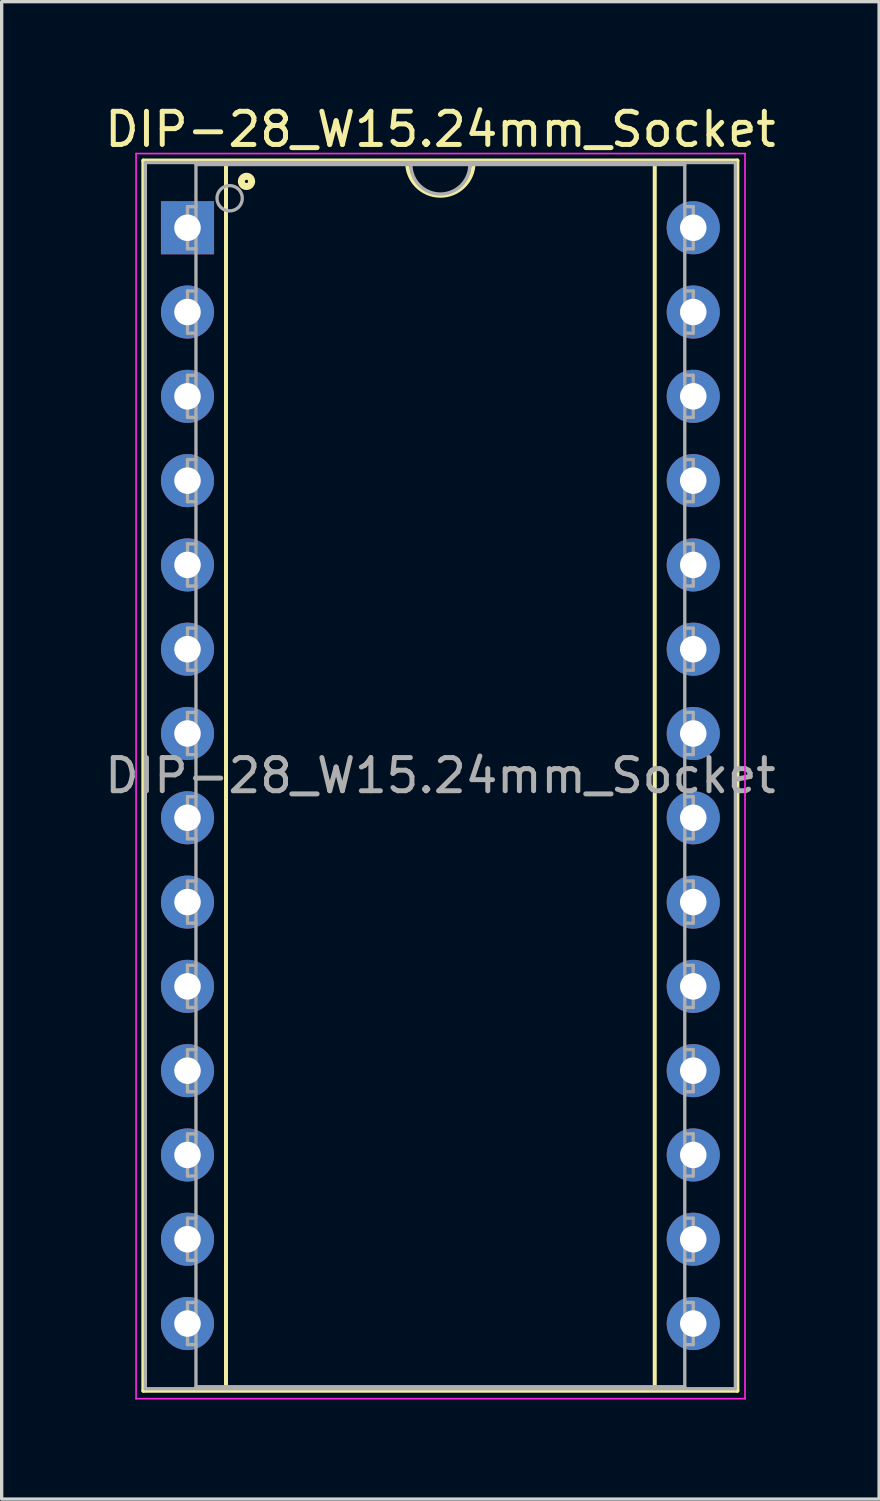
<source format=kicad_pcb>
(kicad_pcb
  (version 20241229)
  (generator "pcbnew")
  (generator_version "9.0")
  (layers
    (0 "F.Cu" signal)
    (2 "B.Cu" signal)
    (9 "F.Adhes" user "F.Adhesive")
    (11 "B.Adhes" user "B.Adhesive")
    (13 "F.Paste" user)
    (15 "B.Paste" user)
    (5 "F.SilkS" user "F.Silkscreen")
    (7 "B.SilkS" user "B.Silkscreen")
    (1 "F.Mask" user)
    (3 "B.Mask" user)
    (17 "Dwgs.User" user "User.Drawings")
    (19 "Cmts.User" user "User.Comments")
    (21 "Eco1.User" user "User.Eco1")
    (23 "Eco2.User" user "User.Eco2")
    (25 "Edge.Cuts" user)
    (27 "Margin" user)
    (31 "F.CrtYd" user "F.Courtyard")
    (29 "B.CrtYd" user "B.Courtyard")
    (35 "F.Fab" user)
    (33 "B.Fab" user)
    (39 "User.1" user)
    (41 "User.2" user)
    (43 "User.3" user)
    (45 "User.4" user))
  (footprint "DIP-28_W15.24mm_Socket"
    (layer "F.Cu")
    (at 2.6 3.813)
    (property "Reference" "DIP-28_W15.24mm_Socket" (at 7.62 -2.965 0) (layer "F.SilkS") (effects (font (size 1 1) (thickness 0.15))))
    (attr through_hole)
    (fp_line (start -1.33 -2.025) (end -1.33 35.045) (stroke (width 0.12) (type solid)) (layer "F.SilkS"))
    (fp_line (start -1.33 35.045) (end 16.57 35.045) (stroke (width 0.12) (type solid)) (layer "F.SilkS"))
    (fp_line (start 1.16 -1.965) (end 1.16 34.985) (stroke (width 0.12) (type solid)) (layer "F.SilkS"))
    (fp_line (start 1.16 34.985) (end 14.08 34.985) (stroke (width 0.12) (type solid)) (layer "F.SilkS"))
    (fp_line (start 6.62 -1.965) (end 1.16 -1.965) (stroke (width 0.12) (type solid)) (layer "F.SilkS"))
    (fp_line (start 14.08 -1.965) (end 8.62 -1.965) (stroke (width 0.12) (type solid)) (layer "F.SilkS"))
    (fp_line (start 14.08 34.985) (end 14.08 -1.965) (stroke (width 0.12) (type solid)) (layer "F.SilkS"))
    (fp_line (start 16.57 -2.025) (end -1.33 -2.025) (stroke (width 0.12) (type solid)) (layer "F.SilkS"))
    (fp_line (start 16.57 35.045) (end 16.57 -2.025) (stroke (width 0.12) (type solid)) (layer "F.SilkS"))
    (fp_arc (start 8.62 -1.965) (mid 7.62 -0.965) (end 6.62 -1.965) (stroke (width 0.12) (type solid)) (layer "F.SilkS"))
    (fp_circle (center 1.778 -1.397) (end 1.828 -1.397) (stroke (width 0.12) (type solid)) (fill no) (layer "F.SilkS"))
    (fp_circle (center 1.778 -1.397) (end 1.903 -1.397) (stroke (width 0.12) (type solid)) (fill no) (layer "F.SilkS"))
    (fp_circle (center 1.778 -1.397) (end 1.978 -1.397) (stroke (width 0.12) (type solid)) (fill no) (layer "F.SilkS"))
    (fp_line (start -1.55 -2.235) (end -1.55 35.285) (stroke (width 0.05) (type solid)) (layer "F.CrtYd"))
    (fp_line (start -1.55 35.285) (end 16.8 35.285) (stroke (width 0.05) (type solid)) (layer "F.CrtYd"))
    (fp_line (start 16.8 -2.235) (end -1.55 -2.235) (stroke (width 0.05) (type solid)) (layer "F.CrtYd"))
    (fp_line (start 16.8 35.285) (end 16.8 -2.235) (stroke (width 0.05) (type solid)) (layer "F.CrtYd"))
    (fp_line (start -1.27 -1.965) (end -1.27 34.985) (stroke (width 0.1) (type solid)) (layer "F.Fab"))
    (fp_line (start -1.27 34.985) (end 16.51 34.985) (stroke (width 0.1) (type solid)) (layer "F.Fab"))
    (fp_line (start 0 -0.635) (end 0 0.635) (stroke (width 0.1) (type solid)) (layer "F.Fab"))
    (fp_line (start 0 -0.635) (end 0.254 -0.635) (stroke (width 0.1) (type solid)) (layer "F.Fab"))
    (fp_line (start 0 0.635) (end 0.254 0.635) (stroke (width 0.1) (type solid)) (layer "F.Fab"))
    (fp_line (start 0 1.905) (end 0 3.175) (stroke (width 0.1) (type solid)) (layer "F.Fab"))
    (fp_line (start 0 1.905) (end 0.254 1.905) (stroke (width 0.1) (type solid)) (layer "F.Fab"))
    (fp_line (start 0 3.175) (end 0.254 3.175) (stroke (width 0.1) (type solid)) (layer "F.Fab"))
    (fp_line (start 0 4.445) (end 0 5.715) (stroke (width 0.1) (type solid)) (layer "F.Fab"))
    (fp_line (start 0 4.445) (end 0.254 4.445) (stroke (width 0.1) (type solid)) (layer "F.Fab"))
    (fp_line (start 0 5.715) (end 0.254 5.715) (stroke (width 0.1) (type solid)) (layer "F.Fab"))
    (fp_line (start 0 6.985) (end 0 8.255) (stroke (width 0.1) (type solid)) (layer "F.Fab"))
    (fp_line (start 0 6.985) (end 0.254 6.985) (stroke (width 0.1) (type solid)) (layer "F.Fab"))
    (fp_line (start 0 8.255) (end 0.254 8.255) (stroke (width 0.1) (type solid)) (layer "F.Fab"))
    (fp_line (start 0 9.525) (end 0 10.795) (stroke (width 0.1) (type solid)) (layer "F.Fab"))
    (fp_line (start 0 9.525) (end 0.254 9.525) (stroke (width 0.1) (type solid)) (layer "F.Fab"))
    (fp_line (start 0 10.795) (end 0.254 10.795) (stroke (width 0.1) (type solid)) (layer "F.Fab"))
    (fp_line (start 0 12.065) (end 0 13.335) (stroke (width 0.1) (type solid)) (layer "F.Fab"))
    (fp_line (start 0 12.065) (end 0.254 12.065) (stroke (width 0.1) (type solid)) (layer "F.Fab"))
    (fp_line (start 0 13.335) (end 0.254 13.335) (stroke (width 0.1) (type solid)) (layer "F.Fab"))
    (fp_line (start 0 14.605) (end 0 15.875) (stroke (width 0.1) (type solid)) (layer "F.Fab"))
    (fp_line (start 0 14.605) (end 0.254 14.605) (stroke (width 0.1) (type solid)) (layer "F.Fab"))
    (fp_line (start 0 15.875) (end 0.254 15.875) (stroke (width 0.1) (type solid)) (layer "F.Fab"))
    (fp_line (start 0 17.145) (end 0 18.415) (stroke (width 0.1) (type solid)) (layer "F.Fab"))
    (fp_line (start 0 17.145) (end 0.254 17.145) (stroke (width 0.1) (type solid)) (layer "F.Fab"))
    (fp_line (start 0 18.415) (end 0.254 18.415) (stroke (width 0.1) (type solid)) (layer "F.Fab"))
    (fp_line (start 0 19.685) (end 0 20.955) (stroke (width 0.1) (type solid)) (layer "F.Fab"))
    (fp_line (start 0 19.685) (end 0.254 19.685) (stroke (width 0.1) (type solid)) (layer "F.Fab"))
    (fp_line (start 0 20.955) (end 0.254 20.955) (stroke (width 0.1) (type solid)) (layer "F.Fab"))
    (fp_line (start 0 22.225) (end 0 23.495) (stroke (width 0.1) (type solid)) (layer "F.Fab"))
    (fp_line (start 0 22.225) (end 0.254 22.225) (stroke (width 0.1) (type solid)) (layer "F.Fab"))
    (fp_line (start 0 23.495) (end 0.254 23.495) (stroke (width 0.1) (type solid)) (layer "F.Fab"))
    (fp_line (start 0 24.765) (end 0 26.035) (stroke (width 0.1) (type solid)) (layer "F.Fab"))
    (fp_line (start 0 24.765) (end 0.254 24.765) (stroke (width 0.1) (type solid)) (layer "F.Fab"))
    (fp_line (start 0 26.035) (end 0.254 26.035) (stroke (width 0.1) (type solid)) (layer "F.Fab"))
    (fp_line (start 0 27.305) (end 0 28.575) (stroke (width 0.1) (type solid)) (layer "F.Fab"))
    (fp_line (start 0 27.305) (end 0.254 27.305) (stroke (width 0.1) (type solid)) (layer "F.Fab"))
    (fp_line (start 0 28.575) (end 0.254 28.575) (stroke (width 0.1) (type solid)) (layer "F.Fab"))
    (fp_line (start 0 29.845) (end 0 31.115) (stroke (width 0.1) (type solid)) (layer "F.Fab"))
    (fp_line (start 0 29.845) (end 0.254 29.845) (stroke (width 0.1) (type solid)) (layer "F.Fab"))
    (fp_line (start 0 31.115) (end 0.254 31.115) (stroke (width 0.1) (type solid)) (layer "F.Fab"))
    (fp_line (start 0 32.385) (end 0 33.655) (stroke (width 0.1) (type solid)) (layer "F.Fab"))
    (fp_line (start 0 32.385) (end 0.254 32.385) (stroke (width 0.1) (type solid)) (layer "F.Fab"))
    (fp_line (start 0 33.655) (end 0.254 33.655) (stroke (width 0.1) (type solid)) (layer "F.Fab"))
    (fp_line (start 0.255 -1.905) (end 14.985 -1.905) (stroke (width 0.1) (type solid)) (layer "F.Fab"))
    (fp_line (start 0.255 34.925) (end 0.255 -1.905) (stroke (width 0.1) (type solid)) (layer "F.Fab"))
    (fp_line (start 14.985 -1.905) (end 14.985 34.925) (stroke (width 0.1) (type solid)) (layer "F.Fab"))
    (fp_line (start 14.985 34.925) (end 0.255 34.925) (stroke (width 0.1) (type solid)) (layer "F.Fab"))
    (fp_line (start 15.24 -0.635) (end 14.986 -0.635) (stroke (width 0.1) (type solid)) (layer "F.Fab"))
    (fp_line (start 15.24 0.635) (end 14.986 0.635) (stroke (width 0.1) (type solid)) (layer "F.Fab"))
    (fp_line (start 15.24 0.635) (end 15.24 -0.635) (stroke (width 0.1) (type solid)) (layer "F.Fab"))
    (fp_line (start 15.24 1.905) (end 14.986 1.905) (stroke (width 0.1) (type solid)) (layer "F.Fab"))
    (fp_line (start 15.24 3.175) (end 14.986 3.175) (stroke (width 0.1) (type solid)) (layer "F.Fab"))
    (fp_line (start 15.24 3.175) (end 15.24 1.905) (stroke (width 0.1) (type solid)) (layer "F.Fab"))
    (fp_line (start 15.24 4.445) (end 14.986 4.445) (stroke (width 0.1) (type solid)) (layer "F.Fab"))
    (fp_line (start 15.24 5.715) (end 14.986 5.715) (stroke (width 0.1) (type solid)) (layer "F.Fab"))
    (fp_line (start 15.24 5.715) (end 15.24 4.445) (stroke (width 0.1) (type solid)) (layer "F.Fab"))
    (fp_line (start 15.24 6.985) (end 14.986 6.985) (stroke (width 0.1) (type solid)) (layer "F.Fab"))
    (fp_line (start 15.24 8.255) (end 14.986 8.255) (stroke (width 0.1) (type solid)) (layer "F.Fab"))
    (fp_line (start 15.24 8.255) (end 15.24 6.985) (stroke (width 0.1) (type solid)) (layer "F.Fab"))
    (fp_line (start 15.24 9.525) (end 14.986 9.525) (stroke (width 0.1) (type solid)) (layer "F.Fab"))
    (fp_line (start 15.24 10.795) (end 14.986 10.795) (stroke (width 0.1) (type solid)) (layer "F.Fab"))
    (fp_line (start 15.24 10.795) (end 15.24 9.525) (stroke (width 0.1) (type solid)) (layer "F.Fab"))
    (fp_line (start 15.24 12.065) (end 14.986 12.065) (stroke (width 0.1) (type solid)) (layer "F.Fab"))
    (fp_line (start 15.24 13.335) (end 14.986 13.335) (stroke (width 0.1) (type solid)) (layer "F.Fab"))
    (fp_line (start 15.24 13.335) (end 15.24 12.065) (stroke (width 0.1) (type solid)) (layer "F.Fab"))
    (fp_line (start 15.24 14.605) (end 14.986 14.605) (stroke (width 0.1) (type solid)) (layer "F.Fab"))
    (fp_line (start 15.24 15.875) (end 14.986 15.875) (stroke (width 0.1) (type solid)) (layer "F.Fab"))
    (fp_line (start 15.24 15.875) (end 15.24 14.605) (stroke (width 0.1) (type solid)) (layer "F.Fab"))
    (fp_line (start 15.24 17.145) (end 14.986 17.145) (stroke (width 0.1) (type solid)) (layer "F.Fab"))
    (fp_line (start 15.24 18.415) (end 14.986 18.415) (stroke (width 0.1) (type solid)) (layer "F.Fab"))
    (fp_line (start 15.24 18.415) (end 15.24 17.145) (stroke (width 0.1) (type solid)) (layer "F.Fab"))
    (fp_line (start 15.24 19.685) (end 14.986 19.685) (stroke (width 0.1) (type solid)) (layer "F.Fab"))
    (fp_line (start 15.24 20.955) (end 14.986 20.955) (stroke (width 0.1) (type solid)) (layer "F.Fab"))
    (fp_line (start 15.24 20.955) (end 15.24 19.685) (stroke (width 0.1) (type solid)) (layer "F.Fab"))
    (fp_line (start 15.24 22.225) (end 14.986 22.225) (stroke (width 0.1) (type solid)) (layer "F.Fab"))
    (fp_line (start 15.24 23.495) (end 14.986 23.495) (stroke (width 0.1) (type solid)) (layer "F.Fab"))
    (fp_line (start 15.24 23.495) (end 15.24 22.225) (stroke (width 0.1) (type solid)) (layer "F.Fab"))
    (fp_line (start 15.24 24.765) (end 14.986 24.765) (stroke (width 0.1) (type solid)) (layer "F.Fab"))
    (fp_line (start 15.24 26.035) (end 14.986 26.035) (stroke (width 0.1) (type solid)) (layer "F.Fab"))
    (fp_line (start 15.24 26.035) (end 15.24 24.765) (stroke (width 0.1) (type solid)) (layer "F.Fab"))
    (fp_line (start 15.24 27.305) (end 14.986 27.305) (stroke (width 0.1) (type solid)) (layer "F.Fab"))
    (fp_line (start 15.24 28.575) (end 14.986 28.575) (stroke (width 0.1) (type solid)) (layer "F.Fab"))
    (fp_line (start 15.24 28.575) (end 15.24 27.305) (stroke (width 0.1) (type solid)) (layer "F.Fab"))
    (fp_line (start 15.24 29.845) (end 14.986 29.845) (stroke (width 0.1) (type solid)) (layer "F.Fab"))
    (fp_line (start 15.24 31.115) (end 14.986 31.115) (stroke (width 0.1) (type solid)) (layer "F.Fab"))
    (fp_line (start 15.24 31.115) (end 15.24 29.845) (stroke (width 0.1) (type solid)) (layer "F.Fab"))
    (fp_line (start 15.24 32.385) (end 14.986 32.385) (stroke (width 0.1) (type solid)) (layer "F.Fab"))
    (fp_line (start 15.24 33.655) (end 14.986 33.655) (stroke (width 0.1) (type solid)) (layer "F.Fab"))
    (fp_line (start 15.24 33.655) (end 15.24 32.385) (stroke (width 0.1) (type solid)) (layer "F.Fab"))
    (fp_line (start 16.51 -1.965) (end -1.27 -1.965) (stroke (width 0.1) (type solid)) (layer "F.Fab"))
    (fp_line (start 16.51 34.985) (end 16.51 -1.965) (stroke (width 0.1) (type solid)) (layer "F.Fab"))
    (fp_arc (start 8.509 -1.905) (mid 7.62 -1.016) (end 6.731 -1.905) (stroke (width 0.1) (type solid)) (layer "F.Fab"))
    (fp_circle (center 1.27 -0.889) (end 1.651 -0.889) (stroke (width 0.1) (type solid)) (fill no) (layer "F.Fab"))
    (fp_text user "${REFERENCE}" (at 7.62 16.51 0) (layer "F.Fab") (effects (font (size 1 1) (thickness 0.15))))
    (pad "1" thru_hole rect (at 0 0) (size 1.6 1.6) (drill 0.8) (layers "*.Cu" "*.Mask"))
    (pad "2" thru_hole oval (at 0 2.54) (size 1.6 1.6) (drill 0.8) (layers "*.Cu" "*.Mask"))
    (pad "3" thru_hole oval (at 0 5.08) (size 1.6 1.6) (drill 0.8) (layers "*.Cu" "*.Mask"))
    (pad "4" thru_hole oval (at 0 7.62) (size 1.6 1.6) (drill 0.8) (layers "*.Cu" "*.Mask"))
    (pad "5" thru_hole oval (at 0 10.16) (size 1.6 1.6) (drill 0.8) (layers "*.Cu" "*.Mask"))
    (pad "6" thru_hole oval (at 0 12.7) (size 1.6 1.6) (drill 0.8) (layers "*.Cu" "*.Mask"))
    (pad "7" thru_hole oval (at 0 15.24) (size 1.6 1.6) (drill 0.8) (layers "*.Cu" "*.Mask"))
    (pad "8" thru_hole oval (at 0 17.78) (size 1.6 1.6) (drill 0.8) (layers "*.Cu" "*.Mask"))
    (pad "9" thru_hole oval (at 0 20.32) (size 1.6 1.6) (drill 0.8) (layers "*.Cu" "*.Mask"))
    (pad "10" thru_hole oval (at 0 22.86) (size 1.6 1.6) (drill 0.8) (layers "*.Cu" "*.Mask"))
    (pad "11" thru_hole oval (at 0 25.4) (size 1.6 1.6) (drill 0.8) (layers "*.Cu" "*.Mask"))
    (pad "12" thru_hole oval (at 0 27.94) (size 1.6 1.6) (drill 0.8) (layers "*.Cu" "*.Mask"))
    (pad "13" thru_hole oval (at 0 30.48) (size 1.6 1.6) (drill 0.8) (layers "*.Cu" "*.Mask"))
    (pad "14" thru_hole oval (at 0 33.02) (size 1.6 1.6) (drill 0.8) (layers "*.Cu" "*.Mask"))
    (pad "15" thru_hole oval (at 15.24 33.02) (size 1.6 1.6) (drill 0.8) (layers "*.Cu" "*.Mask"))
    (pad "16" thru_hole oval (at 15.24 30.48) (size 1.6 1.6) (drill 0.8) (layers "*.Cu" "*.Mask"))
    (pad "17" thru_hole oval (at 15.24 27.94) (size 1.6 1.6) (drill 0.8) (layers "*.Cu" "*.Mask"))
    (pad "18" thru_hole oval (at 15.24 25.4) (size 1.6 1.6) (drill 0.8) (layers "*.Cu" "*.Mask"))
    (pad "19" thru_hole oval (at 15.24 22.86) (size 1.6 1.6) (drill 0.8) (layers "*.Cu" "*.Mask"))
    (pad "20" thru_hole oval (at 15.24 20.32) (size 1.6 1.6) (drill 0.8) (layers "*.Cu" "*.Mask"))
    (pad "21" thru_hole oval (at 15.24 17.78) (size 1.6 1.6) (drill 0.8) (layers "*.Cu" "*.Mask"))
    (pad "22" thru_hole oval (at 15.24 15.24) (size 1.6 1.6) (drill 0.8) (layers "*.Cu" "*.Mask"))
    (pad "23" thru_hole oval (at 15.24 12.7) (size 1.6 1.6) (drill 0.8) (layers "*.Cu" "*.Mask"))
    (pad "24" thru_hole oval (at 15.24 10.16) (size 1.6 1.6) (drill 0.8) (layers "*.Cu" "*.Mask"))
    (pad "25" thru_hole oval (at 15.24 7.62) (size 1.6 1.6) (drill 0.8) (layers "*.Cu" "*.Mask"))
    (pad "26" thru_hole oval (at 15.24 5.08) (size 1.6 1.6) (drill 0.8) (layers "*.Cu" "*.Mask"))
    (pad "27" thru_hole oval (at 15.24 2.54) (size 1.6 1.6) (drill 0.8) (layers "*.Cu" "*.Mask"))
    (pad "28" thru_hole oval (at 15.24 0) (size 1.6 1.6) (drill 0.8) (layers "*.Cu" "*.Mask")))
  (gr_rect
    (start -3 -3)
    (end 23.44 42.123)
    (stroke (width 0.1) (type default))
    (fill no)
    (layer "Edge.Cuts")))
</source>
